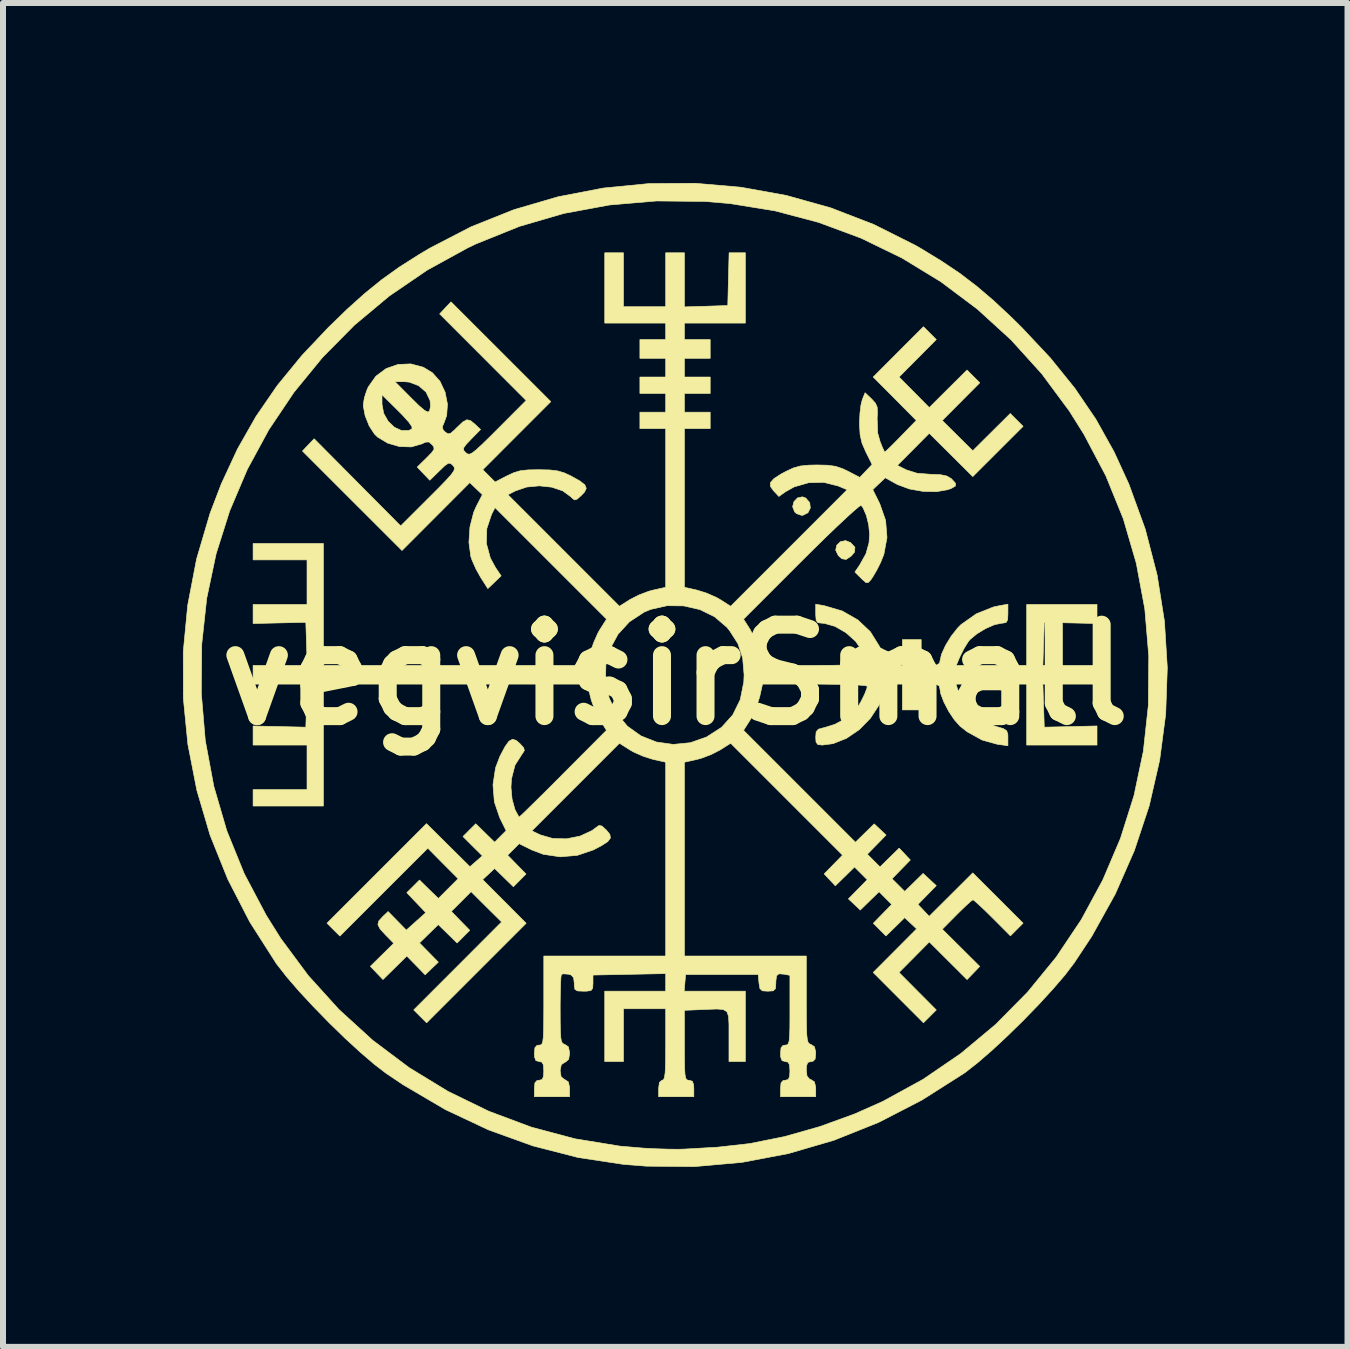
<source format=kicad_pcb>
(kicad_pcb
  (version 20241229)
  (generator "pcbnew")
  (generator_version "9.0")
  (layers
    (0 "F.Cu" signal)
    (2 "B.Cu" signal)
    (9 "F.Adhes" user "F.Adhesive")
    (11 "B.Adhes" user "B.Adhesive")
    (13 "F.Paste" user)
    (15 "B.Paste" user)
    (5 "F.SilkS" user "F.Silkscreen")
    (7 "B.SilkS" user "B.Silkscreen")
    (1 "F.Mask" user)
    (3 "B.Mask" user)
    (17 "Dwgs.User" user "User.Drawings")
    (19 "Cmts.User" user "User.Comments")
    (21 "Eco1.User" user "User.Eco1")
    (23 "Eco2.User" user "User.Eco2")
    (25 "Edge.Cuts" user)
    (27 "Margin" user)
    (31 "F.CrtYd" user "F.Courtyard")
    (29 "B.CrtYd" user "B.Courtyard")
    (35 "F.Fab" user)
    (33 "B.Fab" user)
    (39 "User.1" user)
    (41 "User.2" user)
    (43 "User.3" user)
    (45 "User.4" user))
  (footprint "vegvisirSmall"
    (layer "F.Cu")
    (at 8.203 8.198)
    (property "Reference" "vegvisirSmall" (at 0 0 0) (layer "F.SilkS") (effects (font (size 1.524 1.524) (thickness 0.3))))
    (attr through_hole)
    (fp_poly (pts (xy 2.925 -2.204) (xy 2.998 -2.126) (xy 2.993 -2.046) (xy 2.937 -1.979) (xy 2.852 -1.922) (xy 2.78 -1.934) (xy 2.721 -1.987) (xy 2.678 -2.077) (xy 2.696 -2.16) (xy 2.757 -2.219) (xy 2.844 -2.236) (xy 2.925 -2.204)) (stroke (width 0.01) (type solid)) (fill yes) (layer "F.SilkS"))
    (fp_poly (pts (xy 2.179 -2.946) (xy 2.245 -2.869) (xy 2.255 -2.779) (xy 2.215 -2.7) (xy 2.132 -2.659) (xy 2.11 -2.657) (xy 2.028 -2.685) (xy 1.994 -2.714) (xy 1.96 -2.801) (xy 1.982 -2.886) (xy 2.042 -2.948) (xy 2.124 -2.966) (xy 2.179 -2.946)) (stroke (width 0.01) (type solid)) (fill yes) (layer "F.SilkS"))
    (fp_poly (pts (xy 1.097 -8.127) (xy 1.852 -7.991) (xy 2.593 -7.784) (xy 3.313 -7.506) (xy 4.005 -7.159) (xy 4.094 -7.108) (xy 4.437 -6.899) (xy 4.743 -6.694) (xy 5.029 -6.476) (xy 5.314 -6.233) (xy 5.618 -5.948) (xy 5.784 -5.784) (xy 6.257 -5.28) (xy 6.664 -4.776) (xy 7.015 -4.26) (xy 7.319 -3.715) (xy 7.565 -3.179) (xy 7.838 -2.428) (xy 8.036 -1.664) (xy 8.158 -0.892) (xy 8.206 -0.117) (xy 8.179 0.657) (xy 8.078 1.426) (xy 7.904 2.185) (xy 7.657 2.93) (xy 7.338 3.656) (xy 6.947 4.36) (xy 6.652 4.806) (xy 6.497 5.009) (xy 6.294 5.245) (xy 6.058 5.502) (xy 5.802 5.766) (xy 5.538 6.024) (xy 5.281 6.263) (xy 5.044 6.468) (xy 4.84 6.628) (xy 4.817 6.644) (xy 4.115 7.09) (xy 3.392 7.463) (xy 2.649 7.76) (xy 1.889 7.982) (xy 1.113 8.129) (xy 0.323 8.199) (xy -0.478 8.192) (xy -0.86 8.162) (xy -1.618 8.047) (xy -2.369 7.854) (xy -3.108 7.588) (xy -3.83 7.248) (xy -4.531 6.836) (xy -4.817 6.644) (xy -5.015 6.492) (xy -5.249 6.291) (xy -5.505 6.056) (xy -5.768 5.8) (xy -6.026 5.535) (xy -6.266 5.277) (xy -6.473 5.037) (xy -6.635 4.83) (xy -6.652 4.806) (xy -7.09 4.12) (xy -7.456 3.408) (xy -7.751 2.674) (xy -7.972 1.924) (xy -8.121 1.161) (xy -8.197 0.39) (xy -8.197 0.311) (xy -7.897 0.311) (xy -7.831 1.096) (xy -7.689 1.859) (xy -7.473 2.599) (xy -7.182 3.315) (xy -6.816 4.008) (xy -6.573 4.396) (xy -6.115 5.014) (xy -5.602 5.581) (xy -5.039 6.094) (xy -4.432 6.55) (xy -3.785 6.945) (xy -3.105 7.276) (xy -2.397 7.541) (xy -1.666 7.736) (xy -0.917 7.858) (xy -0.528 7.891) (xy -0.319 7.902) (xy -0.116 7.908) (xy 0.056 7.91) (xy 0.156 7.907) (xy 0.302 7.899) (xy 0.489 7.888) (xy 0.679 7.877) (xy 0.703 7.876) (xy 1.248 7.815) (xy 1.824 7.699) (xy 2.41 7.533) (xy 2.989 7.323) (xy 3.462 7.113) (xy 4.135 6.744) (xy 4.765 6.313) (xy 5.347 5.827) (xy 5.877 5.29) (xy 6.354 4.707) (xy 6.772 4.083) (xy 7.13 3.422) (xy 7.424 2.731) (xy 7.651 2.013) (xy 7.807 1.273) (xy 7.889 0.517) (xy 7.89 0.498) (xy 7.897 -0.311) (xy 7.831 -1.096) (xy 7.689 -1.859) (xy 7.473 -2.599) (xy 7.182 -3.315) (xy 6.816 -4.008) (xy 6.573 -4.396) (xy 6.114 -5.016) (xy 5.601 -5.583) (xy 5.038 -6.096) (xy 4.43 -6.552) (xy 3.784 -6.946) (xy 3.103 -7.277) (xy 2.395 -7.54) (xy 1.662 -7.734) (xy 0.912 -7.855) (xy 0.498 -7.89) (xy -0.309 -7.898) (xy -1.093 -7.831) (xy -1.855 -7.69) (xy -2.595 -7.474) (xy -3.316 -7.183) (xy -3.457 -7.116) (xy -4.132 -6.745) (xy -4.763 -6.314) (xy -5.345 -5.828) (xy -5.876 -5.291) (xy -6.353 -4.708) (xy -6.772 -4.084) (xy -7.13 -3.424) (xy -7.424 -2.732) (xy -7.651 -2.014) (xy -7.807 -1.274) (xy -7.889 -0.518) (xy -7.89 -0.498) (xy -7.897 0.311) (xy -8.197 0.311) (xy -8.198 -0.385) (xy -8.124 -1.159) (xy -7.976 -1.929) (xy -7.752 -2.689) (xy -7.565 -3.179) (xy -7.294 -3.763) (xy -6.986 -4.305) (xy -6.632 -4.82) (xy -6.22 -5.323) (xy -5.784 -5.784) (xy -5.464 -6.095) (xy -5.172 -6.357) (xy -4.889 -6.586) (xy -4.596 -6.796) (xy -4.273 -7.001) (xy -4.094 -7.108) (xy -3.405 -7.465) (xy -2.688 -7.752) (xy -1.95 -7.968) (xy -1.197 -8.113) (xy -0.433 -8.188) (xy 0.333 -8.193) (xy 1.097 -8.127)) (stroke (width 0.01) (type solid)) (fill yes) (layer "F.SilkS"))
    (fp_poly (pts (xy -0.86 -6.135) (xy -0.156 -6.135) (xy -0.156 -7.034) (xy 0.156 -7.034) (xy 0.156 -6.132) (xy 0.518 -6.143) (xy 0.879 -6.155) (xy 0.89 -6.594) (xy 0.901 -7.034) (xy 1.172 -7.034) (xy 1.172 -5.862) (xy 0.156 -5.862) (xy 0.156 -5.588) (xy 0.586 -5.588) (xy 0.586 -5.275) (xy 0.156 -5.275) (xy 0.156 -4.963) (xy 0.586 -4.963) (xy 0.586 -4.689) (xy 0.156 -4.689) (xy 0.156 -4.377) (xy 0.586 -4.377) (xy 0.586 -4.103) (xy 0.156 -4.103) (xy 0.156 -1.458) (xy 0.366 -1.411) (xy 0.528 -1.36) (xy 0.693 -1.287) (xy 0.752 -1.253) (xy 0.927 -1.142) (xy 1.898 -2.113) (xy 2.869 -3.084) (xy 2.719 -3.147) (xy 2.48 -3.207) (xy 2.227 -3.201) (xy 1.986 -3.132) (xy 1.837 -3.048) (xy 1.731 -2.972) (xy 1.641 -3.068) (xy 1.59 -3.139) (xy 1.589 -3.201) (xy 1.644 -3.266) (xy 1.762 -3.343) (xy 1.854 -3.392) (xy 1.974 -3.448) (xy 2.09 -3.48) (xy 2.23 -3.494) (xy 2.366 -3.497) (xy 2.543 -3.493) (xy 2.673 -3.475) (xy 2.786 -3.438) (xy 2.88 -3.394) (xy 3.08 -3.29) (xy 3.285 -3.505) (xy 3.18 -3.715) (xy 3.117 -3.86) (xy 3.085 -4) (xy 3.075 -4.172) (xy 3.075 -4.2) (xy 3.082 -4.357) (xy 3.099 -4.498) (xy 3.122 -4.588) (xy 3.168 -4.701) (xy 3.277 -4.597) (xy 3.34 -4.528) (xy 3.37 -4.46) (xy 3.374 -4.362) (xy 3.369 -4.277) (xy 3.378 -4.029) (xy 3.418 -3.887) (xy 3.459 -3.785) (xy 3.489 -3.722) (xy 3.496 -3.712) (xy 3.527 -3.738) (xy 3.599 -3.808) (xy 3.701 -3.91) (xy 3.765 -3.976) (xy 4.022 -4.24) (xy 3.663 -4.602) (xy 3.303 -4.963) (xy 3.722 -5.383) (xy 4.141 -5.802) (xy 4.248 -5.695) (xy 4.355 -5.588) (xy 3.734 -4.963) (xy 3.986 -4.709) (xy 4.238 -4.454) (xy 4.867 -5.08) (xy 4.973 -4.973) (xy 5.08 -4.867) (xy 4.454 -4.238) (xy 4.709 -3.986) (xy 4.963 -3.734) (xy 5.588 -4.355) (xy 5.695 -4.248) (xy 5.802 -4.141) (xy 4.963 -3.303) (xy 4.601 -3.664) (xy 4.238 -4.025) (xy 3.972 -3.757) (xy 3.706 -3.49) (xy 3.856 -3.415) (xy 4.034 -3.359) (xy 4.265 -3.341) (xy 4.425 -3.335) (xy 4.53 -3.313) (xy 4.602 -3.271) (xy 4.607 -3.267) (xy 4.673 -3.195) (xy 4.675 -3.147) (xy 4.607 -3.107) (xy 4.547 -3.085) (xy 4.357 -3.052) (xy 4.132 -3.057) (xy 3.907 -3.097) (xy 3.712 -3.169) (xy 3.69 -3.18) (xy 3.504 -3.284) (xy 3.4 -3.185) (xy 3.296 -3.086) (xy 3.412 -2.852) (xy 3.51 -2.573) (xy 3.533 -2.287) (xy 3.481 -2.007) (xy 3.427 -1.872) (xy 3.362 -1.743) (xy 3.298 -1.634) (xy 3.265 -1.584) (xy 3.221 -1.537) (xy 3.183 -1.536) (xy 3.125 -1.586) (xy 3.101 -1.61) (xy 2.998 -1.712) (xy 3.074 -1.823) (xy 3.182 -2.015) (xy 3.234 -2.201) (xy 3.243 -2.342) (xy 3.228 -2.499) (xy 3.189 -2.656) (xy 3.135 -2.781) (xy 3.102 -2.825) (xy 3.068 -2.805) (xy 2.986 -2.736) (xy 2.862 -2.624) (xy 2.702 -2.474) (xy 2.513 -2.293) (xy 2.302 -2.086) (xy 2.106 -1.891) (xy 1.142 -0.927) (xy 1.253 -0.752) (xy 1.329 -0.604) (xy 1.393 -0.434) (xy 1.411 -0.366) (xy 1.458 -0.156) (xy 2.331 -0.156) (xy 2.658 -0.158) (xy 2.909 -0.164) (xy 3.084 -0.173) (xy 3.182 -0.185) (xy 3.204 -0.197) (xy 3.188 -0.255) (xy 3.146 -0.35) (xy 3.128 -0.387) (xy 3.01 -0.557) (xy 2.849 -0.701) (xy 2.668 -0.806) (xy 2.488 -0.857) (xy 2.444 -0.86) (xy 2.38 -0.868) (xy 2.352 -0.907) (xy 2.345 -0.999) (xy 2.345 -1.018) (xy 2.345 -1.176) (xy 2.491 -1.15) (xy 2.789 -1.062) (xy 3.046 -0.915) (xy 3.255 -0.718) (xy 3.405 -0.477) (xy 3.46 -0.332) (xy 3.497 -0.231) (xy 3.545 -0.183) (xy 3.632 -0.165) (xy 3.648 -0.164) (xy 3.79 -0.152) (xy 3.79 -0.586) (xy 4.103 -0.586) (xy 4.103 -0.156) (xy 4.259 -0.156) (xy 4.364 -0.164) (xy 4.409 -0.192) (xy 4.416 -0.225) (xy 4.442 -0.341) (xy 4.509 -0.488) (xy 4.603 -0.642) (xy 4.712 -0.78) (xy 4.766 -0.835) (xy 5.021 -1.015) (xy 5.305 -1.129) (xy 5.402 -1.15) (xy 5.549 -1.176) (xy 5.549 -1.018) (xy 5.544 -0.916) (xy 5.519 -0.871) (xy 5.462 -0.86) (xy 5.45 -0.86) (xy 5.326 -0.835) (xy 5.177 -0.77) (xy 5.03 -0.681) (xy 4.915 -0.585) (xy 4.887 -0.55) (xy 4.813 -0.43) (xy 4.748 -0.299) (xy 4.746 -0.295) (xy 4.688 -0.156) (xy 5.862 -0.156) (xy 5.862 -1.172) (xy 7.034 -1.172) (xy 7.034 -0.854) (xy 6.594 -0.864) (xy 6.155 -0.874) (xy 6.143 -0.515) (xy 6.132 -0.156) (xy 7.034 -0.156) (xy 7.034 0.156) (xy 6.132 0.156) (xy 6.143 0.515) (xy 6.155 0.874) (xy 6.594 0.864) (xy 7.034 0.854) (xy 7.034 1.172) (xy 5.862 1.172) (xy 5.862 0.156) (xy 4.684 0.156) (xy 4.711 0.244) (xy 4.819 0.471) (xy 4.986 0.663) (xy 5.195 0.804) (xy 5.358 0.864) (xy 5.471 0.897) (xy 5.527 0.932) (xy 5.547 0.987) (xy 5.549 1.048) (xy 5.549 1.183) (xy 5.373 1.159) (xy 5.118 1.088) (xy 4.869 0.95) (xy 4.751 0.857) (xy 4.656 0.751) (xy 4.561 0.608) (xy 4.481 0.454) (xy 4.428 0.314) (xy 4.416 0.237) (xy 4.403 0.184) (xy 4.353 0.161) (xy 4.259 0.156) (xy 4.103 0.156) (xy 4.103 0.586) (xy 3.79 0.586) (xy 3.79 0.156) (xy 3.654 0.156) (xy 3.558 0.166) (xy 3.511 0.208) (xy 3.493 0.264) (xy 3.401 0.505) (xy 3.256 0.726) (xy 3.071 0.915) (xy 2.858 1.06) (xy 2.633 1.149) (xy 2.455 1.172) (xy 2.38 1.164) (xy 2.35 1.121) (xy 2.345 1.04) (xy 2.352 0.952) (xy 2.389 0.908) (xy 2.479 0.883) (xy 2.491 0.881) (xy 2.665 0.826) (xy 2.837 0.734) (xy 2.979 0.623) (xy 3.033 0.558) (xy 3.101 0.445) (xy 3.16 0.325) (xy 3.198 0.227) (xy 3.204 0.191) (xy 3.167 0.181) (xy 3.063 0.172) (xy 2.902 0.165) (xy 2.697 0.16) (xy 2.458 0.157) (xy 2.331 0.156) (xy 1.458 0.156) (xy 1.411 0.366) (xy 1.36 0.528) (xy 1.287 0.693) (xy 1.253 0.752) (xy 1.142 0.927) (xy 2.075 1.86) (xy 3.007 2.792) (xy 3.164 2.639) (xy 3.32 2.486) (xy 3.419 2.579) (xy 3.518 2.672) (xy 3.362 2.832) (xy 3.205 2.992) (xy 3.417 3.204) (xy 3.736 2.89) (xy 3.829 2.989) (xy 3.922 3.088) (xy 3.77 3.244) (xy 3.617 3.401) (xy 3.723 3.506) (xy 3.829 3.612) (xy 3.982 3.462) (xy 4.135 3.312) (xy 4.245 3.414) (xy 4.355 3.516) (xy 4.202 3.672) (xy 4.049 3.828) (xy 4.143 3.928) (xy 4.236 4.027) (xy 4.6 3.665) (xy 4.963 3.303) (xy 5.383 3.722) (xy 5.802 4.141) (xy 5.591 4.353) (xy 5.291 4.052) (xy 5.167 3.93) (xy 5.063 3.832) (xy 4.992 3.769) (xy 4.966 3.751) (xy 4.929 3.777) (xy 4.852 3.847) (xy 4.748 3.947) (xy 4.698 3.997) (xy 4.455 4.242) (xy 4.767 4.552) (xy 5.079 4.862) (xy 4.974 4.972) (xy 4.868 5.082) (xy 4.553 4.768) (xy 4.238 4.454) (xy 3.986 4.709) (xy 3.734 4.963) (xy 4.355 5.588) (xy 4.248 5.695) (xy 4.141 5.802) (xy 3.722 5.383) (xy 3.303 4.963) (xy 3.665 4.6) (xy 4.027 4.236) (xy 3.928 4.143) (xy 3.828 4.049) (xy 3.672 4.202) (xy 3.516 4.354) (xy 3.41 4.249) (xy 3.305 4.143) (xy 3.458 3.986) (xy 3.612 3.829) (xy 3.506 3.723) (xy 3.401 3.617) (xy 3.244 3.77) (xy 3.088 3.922) (xy 2.989 3.829) (xy 2.89 3.736) (xy 3.204 3.417) (xy 2.992 3.205) (xy 2.832 3.362) (xy 2.672 3.518) (xy 2.579 3.419) (xy 2.486 3.32) (xy 2.639 3.164) (xy 2.792 3.007) (xy 1.86 2.075) (xy 0.927 1.142) (xy 0.752 1.253) (xy 0.604 1.329) (xy 0.434 1.393) (xy 0.366 1.411) (xy 0.156 1.458) (xy 0.156 4.689) (xy 2.188 4.689) (xy 2.188 5.416) (xy 2.189 5.671) (xy 2.191 5.859) (xy 2.195 5.99) (xy 2.204 6.075) (xy 2.217 6.125) (xy 2.236 6.15) (xy 2.263 6.162) (xy 2.266 6.163) (xy 2.324 6.201) (xy 2.344 6.287) (xy 2.345 6.315) (xy 2.335 6.408) (xy 2.299 6.444) (xy 2.266 6.448) (xy 2.213 6.463) (xy 2.191 6.521) (xy 2.188 6.588) (xy 2.2 6.691) (xy 2.242 6.74) (xy 2.266 6.749) (xy 2.324 6.787) (xy 2.344 6.873) (xy 2.345 6.902) (xy 2.345 7.034) (xy 1.758 7.034) (xy 1.758 6.897) (xy 1.767 6.803) (xy 1.801 6.765) (xy 1.837 6.76) (xy 1.888 6.747) (xy 1.91 6.694) (xy 1.915 6.604) (xy 1.908 6.502) (xy 1.882 6.457) (xy 1.837 6.448) (xy 1.783 6.432) (xy 1.761 6.373) (xy 1.758 6.311) (xy 1.767 6.217) (xy 1.801 6.179) (xy 1.837 6.174) (xy 1.867 6.17) (xy 1.888 6.151) (xy 1.902 6.104) (xy 1.91 6.019) (xy 1.914 5.883) (xy 1.915 5.685) (xy 1.915 5.593) (xy 1.915 5.011) (xy 1.818 4.992) (xy 1.734 4.985) (xy 1.693 5.016) (xy 1.681 5.103) (xy 1.68 5.145) (xy 1.674 5.233) (xy 1.637 5.269) (xy 1.548 5.275) (xy 1.546 5.275) (xy 1.456 5.269) (xy 1.415 5.232) (xy 1.4 5.143) (xy 1.399 5.136) (xy 1.387 4.997) (xy 0.176 4.997) (xy 0.152 5.275) (xy 1.172 5.275) (xy 1.172 6.448) (xy 0.899 6.448) (xy 0.899 6.021) (xy 0.899 5.825) (xy 0.892 5.695) (xy 0.865 5.618) (xy 0.805 5.581) (xy 0.7 5.572) (xy 0.538 5.578) (xy 0.465 5.581) (xy 0.156 5.594) (xy 0.156 6.177) (xy 0.157 6.402) (xy 0.159 6.56) (xy 0.166 6.663) (xy 0.177 6.723) (xy 0.195 6.751) (xy 0.222 6.76) (xy 0.234 6.76) (xy 0.288 6.776) (xy 0.31 6.835) (xy 0.313 6.897) (xy 0.313 7.034) (xy -0.274 7.034) (xy -0.274 6.897) (xy -0.261 6.796) (xy -0.22 6.761) (xy -0.215 6.76) (xy -0.192 6.75) (xy -0.176 6.711) (xy -0.165 6.633) (xy -0.159 6.505) (xy -0.157 6.317) (xy -0.156 6.164) (xy -0.156 5.568) (xy -0.86 5.568) (xy -0.86 6.448) (xy -1.172 6.448) (xy -1.172 5.275) (xy -0.156 5.275) (xy -0.156 5.129) (xy -0.156 4.982) (xy -0.762 4.994) (xy -1.368 5.006) (xy -1.368 5.141) (xy -1.373 5.227) (xy -1.402 5.265) (xy -1.479 5.275) (xy -1.524 5.275) (xy -1.624 5.271) (xy -1.669 5.246) (xy -1.68 5.18) (xy -1.68 5.143) (xy -1.691 5.049) (xy -1.733 5.005) (xy -1.777 4.992) (xy -1.858 4.986) (xy -1.894 4.994) (xy -1.902 5.039) (xy -1.908 5.147) (xy -1.912 5.304) (xy -1.915 5.496) (xy -1.915 5.579) (xy -1.914 5.799) (xy -1.911 5.954) (xy -1.904 6.056) (xy -1.892 6.116) (xy -1.872 6.147) (xy -1.843 6.161) (xy -1.837 6.163) (xy -1.778 6.202) (xy -1.759 6.292) (xy -1.758 6.311) (xy -1.773 6.41) (xy -1.825 6.456) (xy -1.837 6.459) (xy -1.896 6.5) (xy -1.915 6.592) (xy -1.915 6.604) (xy -1.899 6.702) (xy -1.844 6.747) (xy -1.837 6.749) (xy -1.779 6.787) (xy -1.759 6.873) (xy -1.758 6.902) (xy -1.758 7.034) (xy -2.345 7.034) (xy -2.345 6.897) (xy -2.336 6.803) (xy -2.302 6.765) (xy -2.266 6.76) (xy -2.215 6.747) (xy -2.193 6.694) (xy -2.188 6.604) (xy -2.195 6.502) (xy -2.221 6.457) (xy -2.266 6.448) (xy -2.32 6.432) (xy -2.342 6.373) (xy -2.345 6.311) (xy -2.336 6.217) (xy -2.302 6.179) (xy -2.266 6.174) (xy -2.239 6.171) (xy -2.219 6.154) (xy -2.205 6.114) (xy -2.196 6.04) (xy -2.191 5.922) (xy -2.189 5.749) (xy -2.188 5.511) (xy -2.188 5.432) (xy -2.188 4.689) (xy -0.156 4.689) (xy -0.156 1.458) (xy -0.366 1.411) (xy -0.528 1.36) (xy -0.693 1.287) (xy -0.752 1.253) (xy -0.927 1.142) (xy -2.387 2.602) (xy -2.247 2.669) (xy -2.041 2.729) (xy -1.811 2.735) (xy -1.584 2.69) (xy -1.385 2.598) (xy -1.317 2.547) (xy -1.266 2.512) (xy -1.219 2.522) (xy -1.15 2.584) (xy -1.145 2.589) (xy -1.087 2.66) (xy -1.077 2.721) (xy -1.122 2.782) (xy -1.229 2.851) (xy -1.362 2.92) (xy -1.63 3.011) (xy -1.916 3.035) (xy -2.197 2.993) (xy -2.384 2.922) (xy -2.599 2.816) (xy -2.695 2.912) (xy -2.791 3.008) (xy -2.638 3.165) (xy -2.484 3.322) (xy -2.59 3.428) (xy -2.695 3.534) (xy -2.852 3.381) (xy -3.008 3.229) (xy -3.107 3.322) (xy -3.207 3.415) (xy -2.844 3.779) (xy -2.482 4.143) (xy -4.141 5.802) (xy -4.249 5.695) (xy -4.356 5.587) (xy -3.623 4.854) (xy -2.891 4.121) (xy -3.146 3.869) (xy -3.4 3.616) (xy -3.565 3.781) (xy -3.729 3.945) (xy -3.576 4.103) (xy -3.422 4.26) (xy -3.633 4.472) (xy -3.79 4.318) (xy -3.947 4.165) (xy -4.26 4.471) (xy -4.103 4.631) (xy -3.946 4.791) (xy -4.056 4.896) (xy -4.166 5.002) (xy -4.471 4.689) (xy -4.67 4.885) (xy -4.869 5.081) (xy -4.974 4.971) (xy -5.079 4.861) (xy -4.884 4.669) (xy -4.689 4.477) (xy -4.826 4.337) (xy -4.918 4.236) (xy -4.954 4.165) (xy -4.938 4.104) (xy -4.873 4.032) (xy -4.783 3.947) (xy -4.631 4.102) (xy -4.48 4.257) (xy -4.318 4.112) (xy -4.155 3.966) (xy -4.472 3.633) (xy -4.366 3.528) (xy -4.26 3.422) (xy -4.103 3.576) (xy -3.945 3.729) (xy -3.781 3.565) (xy -3.616 3.4) (xy -3.869 3.146) (xy -4.121 2.891) (xy -4.854 3.623) (xy -5.587 4.356) (xy -5.695 4.249) (xy -5.802 4.141) (xy -4.143 2.482) (xy -3.781 2.841) (xy -3.419 3.2) (xy -3.316 3.11) (xy -3.212 3.019) (xy -3.374 2.858) (xy -3.535 2.697) (xy -3.429 2.59) (xy -3.322 2.484) (xy -3.165 2.638) (xy -3.008 2.791) (xy -2.912 2.695) (xy -2.816 2.599) (xy -2.922 2.384) (xy -3.012 2.119) (xy -3.035 1.834) (xy -2.992 1.551) (xy -2.92 1.362) (xy -2.836 1.202) (xy -2.769 1.108) (xy -2.709 1.075) (xy -2.647 1.095) (xy -2.589 1.145) (xy -2.524 1.216) (xy -2.512 1.263) (xy -2.544 1.314) (xy -2.547 1.317) (xy -2.668 1.507) (xy -2.727 1.735) (xy -2.735 1.876) (xy -2.717 2.073) (xy -2.668 2.25) (xy -2.601 2.373) (xy -2.572 2.349) (xy -2.496 2.277) (xy -2.38 2.163) (xy -2.23 2.016) (xy -2.054 1.841) (xy -1.868 1.654) (xy -1.143 0.926) (xy -1.253 0.751) (xy -1.33 0.603) (xy -1.393 0.434) (xy -1.411 0.366) (xy -1.458 0.156) (xy -5.862 0.156) (xy -5.862 2.188) (xy -7.034 2.188) (xy -7.034 1.915) (xy -6.135 1.915) (xy -6.135 1.172) (xy -7.034 1.172) (xy -7.034 0.854) (xy -6.594 0.864) (xy -6.155 0.874) (xy -6.143 0.515) (xy -6.132 0.156) (xy -7.034 0.156) (xy -7.034 0.112) (xy -1.159 0.112) (xy -1.098 0.389) (xy -0.978 0.637) (xy -0.795 0.857) (xy -0.567 1.02) (xy -0.308 1.122) (xy -0.03 1.161) (xy 0.254 1.133) (xy 0.525 1.038) (xy 0.775 0.877) (xy 0.963 0.668) (xy 1.087 0.415) (xy 1.146 0.121) (xy 1.151 0) (xy 1.127 -0.28) (xy 1.048 -0.519) (xy 0.907 -0.739) (xy 0.863 -0.792) (xy 0.66 -0.966) (xy 0.415 -1.086) (xy 0.145 -1.148) (xy -0.134 -1.151) (xy -0.405 -1.09) (xy -0.515 -1.044) (xy -0.76 -0.883) (xy -0.95 -0.676) (xy -1.082 -0.433) (xy -1.153 -0.166) (xy -1.159 0.112) (xy -7.034 0.112) (xy -7.034 -0.156) (xy -6.132 -0.156) (xy -6.143 -0.515) (xy -6.155 -0.874) (xy -6.594 -0.864) (xy -7.034 -0.854) (xy -7.034 -1.172) (xy -6.135 -1.172) (xy -6.135 -1.915) (xy -7.034 -1.915) (xy -7.034 -2.188) (xy -5.862 -2.188) (xy -5.862 -0.156) (xy -1.458 -0.156) (xy -1.411 -0.366) (xy -1.36 -0.528) (xy -1.287 -0.693) (xy -1.253 -0.752) (xy -1.142 -0.927) (xy -2.071 -1.856) (xy -3.001 -2.786) (xy -3.059 -2.673) (xy -3.138 -2.436) (xy -3.145 -2.189) (xy -3.079 -1.945) (xy -2.993 -1.787) (xy -2.899 -1.649) (xy -3.01 -1.542) (xy -3.121 -1.436) (xy -3.242 -1.626) (xy -3.319 -1.764) (xy -3.382 -1.906) (xy -3.405 -1.972) (xy -3.436 -2.207) (xy -3.419 -2.464) (xy -3.357 -2.707) (xy -3.314 -2.805) (xy -3.212 -3.002) (xy -3.317 -3.102) (xy -3.422 -3.203) (xy -3.987 -2.637) (xy -4.552 -2.071) (xy -5.382 -2.9) (xy -6.211 -3.729) (xy -6.114 -3.832) (xy -6.016 -3.934) (xy -4.574 -2.481) (xy -4.105 -2.949) (xy -3.934 -3.12) (xy -3.813 -3.245) (xy -3.734 -3.333) (xy -3.69 -3.394) (xy -3.676 -3.435) (xy -3.684 -3.466) (xy -3.701 -3.487) (xy -3.741 -3.524) (xy -3.779 -3.526) (xy -3.836 -3.487) (xy -3.927 -3.4) (xy -4.088 -3.242) (xy -4.193 -3.352) (xy -4.298 -3.462) (xy -4.143 -3.614) (xy -4.056 -3.703) (xy -4.018 -3.758) (xy -4.022 -3.8) (xy -4.05 -3.835) (xy -4.102 -3.88) (xy -4.157 -3.878) (xy -4.223 -3.848) (xy -4.397 -3.798) (xy -4.594 -3.804) (xy -4.79 -3.861) (xy -4.958 -3.962) (xy -5.01 -4.012) (xy -5.098 -4.147) (xy -5.166 -4.317) (xy -5.197 -4.481) (xy -5.197 -4.5) (xy -5.196 -4.508) (xy -4.885 -4.508) (xy -4.857 -4.357) (xy -4.783 -4.226) (xy -4.679 -4.126) (xy -4.56 -4.071) (xy -4.44 -4.072) (xy -4.387 -4.096) (xy -4.385 -4.133) (xy -4.438 -4.211) (xy -4.548 -4.333) (xy -4.612 -4.397) (xy -4.885 -4.668) (xy -4.885 -4.508) (xy -5.196 -4.508) (xy -5.18 -4.613) (xy -5.136 -4.748) (xy -5.114 -4.797) (xy -5.052 -4.885) (xy -4.668 -4.885) (xy -4.396 -4.611) (xy -4.268 -4.485) (xy -4.181 -4.411) (xy -4.128 -4.381) (xy -4.097 -4.39) (xy -4.092 -4.398) (xy -4.076 -4.478) (xy -4.084 -4.572) (xy -4.151 -4.712) (xy -4.274 -4.819) (xy -4.431 -4.878) (xy -4.506 -4.885) (xy -4.668 -4.885) (xy -5.052 -4.885) (xy -4.987 -4.977) (xy -4.816 -5.104) (xy -4.617 -5.173) (xy -4.405 -5.182) (xy -4.196 -5.126) (xy -4.046 -5.035) (xy -3.919 -4.893) (xy -3.833 -4.71) (xy -3.794 -4.511) (xy -3.807 -4.321) (xy -3.846 -4.213) (xy -3.879 -4.133) (xy -3.866 -4.081) (xy -3.833 -4.048) (xy -3.788 -4.016) (xy -3.743 -4.024) (xy -3.679 -4.078) (xy -3.634 -4.123) (xy -3.537 -4.215) (xy -3.469 -4.251) (xy -3.407 -4.235) (xy -3.333 -4.174) (xy -3.242 -4.088) (xy -3.4 -3.927) (xy -3.487 -3.835) (xy -3.526 -3.779) (xy -3.523 -3.74) (xy -3.487 -3.701) (xy -3.458 -3.68) (xy -3.425 -3.677) (xy -3.38 -3.698) (xy -3.313 -3.751) (xy -3.216 -3.84) (xy -3.079 -3.974) (xy -2.949 -4.104) (xy -2.482 -4.572) (xy -3.924 -6.015) (xy -3.83 -6.116) (xy -3.735 -6.216) (xy -2.903 -5.385) (xy -2.071 -4.553) (xy -2.638 -3.986) (xy -3.205 -3.418) (xy -3 -3.213) (xy -2.801 -3.316) (xy -2.686 -3.369) (xy -2.578 -3.401) (xy -2.448 -3.415) (xy -2.269 -3.418) (xy -2.268 -3.418) (xy -2.088 -3.414) (xy -1.957 -3.398) (xy -1.848 -3.366) (xy -1.736 -3.314) (xy -1.587 -3.231) (xy -1.504 -3.166) (xy -1.48 -3.108) (xy -1.508 -3.047) (xy -1.557 -2.995) (xy -1.63 -2.929) (xy -1.674 -2.914) (xy -1.715 -2.944) (xy -1.737 -2.967) (xy -1.873 -3.066) (xy -2.056 -3.127) (xy -2.264 -3.149) (xy -2.473 -3.129) (xy -2.661 -3.065) (xy -2.663 -3.064) (xy -2.786 -3.001) (xy -1.856 -2.071) (xy -0.927 -1.142) (xy -0.752 -1.253) (xy -0.604 -1.329) (xy -0.434 -1.393) (xy -0.366 -1.411) (xy -0.156 -1.458) (xy -0.156 -4.103) (xy -0.586 -4.103) (xy -0.586 -4.377) (xy -0.156 -4.377) (xy -0.156 -4.689) (xy -0.586 -4.689) (xy -0.586 -4.963) (xy -0.156 -4.963) (xy -0.156 -5.275) (xy -0.586 -5.275) (xy -0.586 -5.588) (xy -0.156 -5.588) (xy -0.156 -5.862) (xy -1.172 -5.862) (xy -1.172 -7.034) (xy -0.86 -7.034) (xy -0.86 -6.135)) (stroke (width 0.01) (type solid)) (fill yes) (layer "F.SilkS")))
  (gr_rect
    (start -3 -3)
    (end 19.413 19.402)
    (stroke (width 0.1) (type default))
    (fill no)
    (layer "Edge.Cuts")))
</source>
